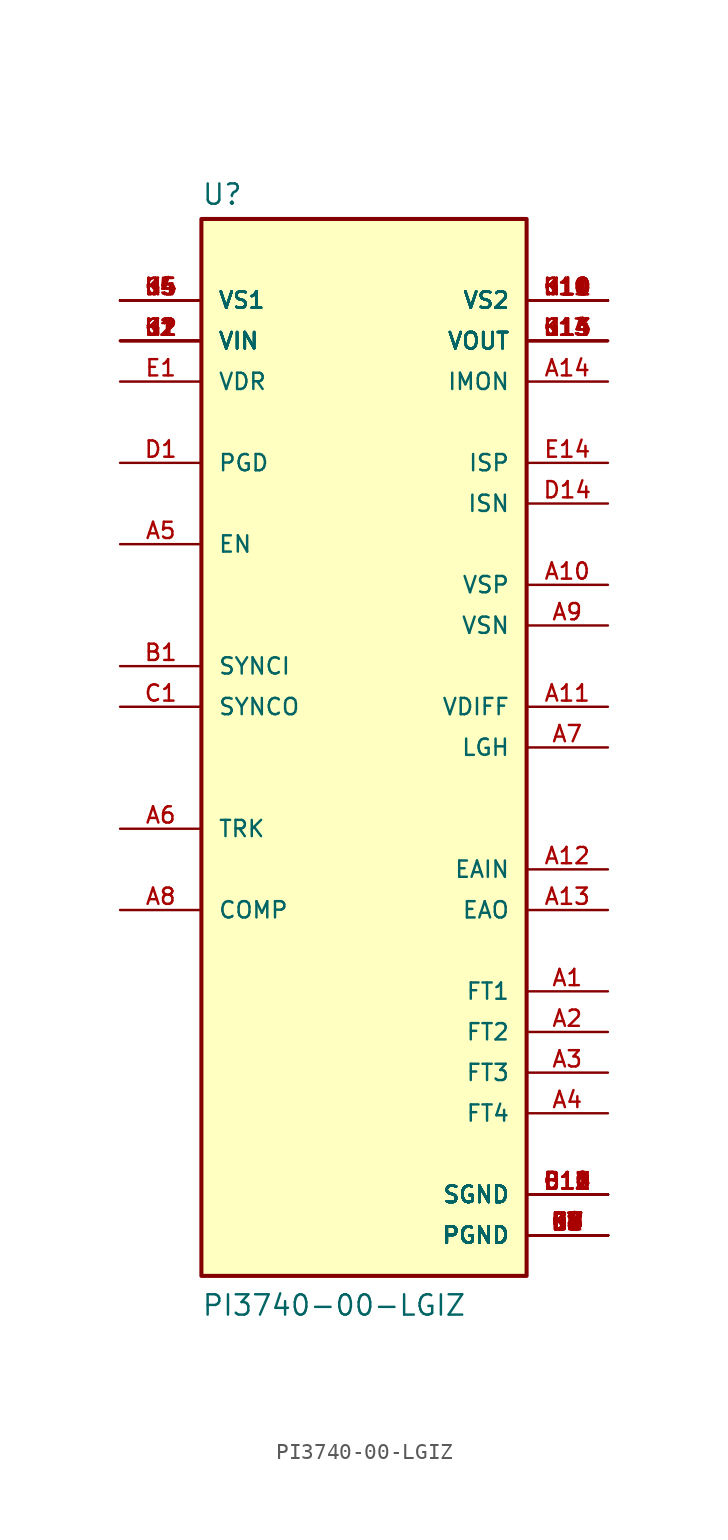
<source format=kicad_sym>
(kicad_symbol_lib
  (version 20211014)
  (generator kicad_symbol_editor)
  (symbol "PI3740-00-LGIZ"
    (pin_names
      (offset 1.016))
    (property "Reference" "U"
      (at -10.168 33.809 0)
      (effects (font (size 1.27 1.27)) (justify bottom left)))
    (property "Value" "PI3740-00-LGIZ"
      (at -10.172 -35.603 0)
      (effects (font (size 1.27 1.27)) (justify bottom left)))
    (symbol "PI3740-00-LGIZ_0_0"
      (rectangle (start -10.16 -33.02) (end 10.16 33.02) (stroke (width 0.254)) (fill (type background)))
      (pin input line (at -15.24 25.4 0) (length 5.08) (name "VIN" (effects (font (size 1.016 1.016)))) (number "G1" (effects (font (size 1.016 1.016)))))
      (pin input line (at -15.24 25.4 0) (length 5.08) (name "VIN" (effects (font (size 1.016 1.016)))) (number "G2" (effects (font (size 1.016 1.016)))))
      (pin input line (at -15.24 25.4 0) (length 5.08) (name "VIN" (effects (font (size 1.016 1.016)))) (number "H1" (effects (font (size 1.016 1.016)))))
      (pin input line (at -15.24 25.4 0) (length 5.08) (name "VIN" (effects (font (size 1.016 1.016)))) (number "H2" (effects (font (size 1.016 1.016)))))
      (pin input line (at -15.24 25.4 0) (length 5.08) (name "VIN" (effects (font (size 1.016 1.016)))) (number "J1" (effects (font (size 1.016 1.016)))))
      (pin input line (at -15.24 25.4 0) (length 5.08) (name "VIN" (effects (font (size 1.016 1.016)))) (number "J2" (effects (font (size 1.016 1.016)))))
      (pin input line (at -15.24 25.4 0) (length 5.08) (name "VIN" (effects (font (size 1.016 1.016)))) (number "K1" (effects (font (size 1.016 1.016)))))
      (pin input line (at -15.24 25.4 0) (length 5.08) (name "VIN" (effects (font (size 1.016 1.016)))) (number "K2" (effects (font (size 1.016 1.016)))))
      (pin input line (at -15.24 27.94 0) (length 5.08) (name "VS1" (effects (font (size 1.016 1.016)))) (number "G4" (effects (font (size 1.016 1.016)))))
      (pin input line (at -15.24 27.94 0) (length 5.08) (name "VS1" (effects (font (size 1.016 1.016)))) (number "G5" (effects (font (size 1.016 1.016)))))
      (pin input line (at -15.24 27.94 0) (length 5.08) (name "VS1" (effects (font (size 1.016 1.016)))) (number "H4" (effects (font (size 1.016 1.016)))))
      (pin input line (at -15.24 27.94 0) (length 5.08) (name "VS1" (effects (font (size 1.016 1.016)))) (number "H5" (effects (font (size 1.016 1.016)))))
      (pin input line (at -15.24 27.94 0) (length 5.08) (name "VS1" (effects (font (size 1.016 1.016)))) (number "J4" (effects (font (size 1.016 1.016)))))
      (pin input line (at -15.24 27.94 0) (length 5.08) (name "VS1" (effects (font (size 1.016 1.016)))) (number "J5" (effects (font (size 1.016 1.016)))))
      (pin input line (at -15.24 27.94 0) (length 5.08) (name "VS1" (effects (font (size 1.016 1.016)))) (number "K4" (effects (font (size 1.016 1.016)))))
      (pin input line (at -15.24 27.94 0) (length 5.08) (name "VS1" (effects (font (size 1.016 1.016)))) (number "K5" (effects (font (size 1.016 1.016)))))
      (pin power_in line (at 15.24 27.94 180.0) (length 5.08) (name "VS2" (effects (font (size 1.016 1.016)))) (number "G10" (effects (font (size 1.016 1.016)))))
      (pin power_in line (at 15.24 27.94 180.0) (length 5.08) (name "VS2" (effects (font (size 1.016 1.016)))) (number "G11" (effects (font (size 1.016 1.016)))))
      (pin power_in line (at 15.24 27.94 180.0) (length 5.08) (name "VS2" (effects (font (size 1.016 1.016)))) (number "H10" (effects (font (size 1.016 1.016)))))
      (pin power_in line (at 15.24 27.94 180.0) (length 5.08) (name "VS2" (effects (font (size 1.016 1.016)))) (number "H11" (effects (font (size 1.016 1.016)))))
      (pin power_in line (at 15.24 27.94 180.0) (length 5.08) (name "VS2" (effects (font (size 1.016 1.016)))) (number "J10" (effects (font (size 1.016 1.016)))))
      (pin power_in line (at 15.24 27.94 180.0) (length 5.08) (name "VS2" (effects (font (size 1.016 1.016)))) (number "J11" (effects (font (size 1.016 1.016)))))
      (pin power_in line (at 15.24 27.94 180.0) (length 5.08) (name "VS2" (effects (font (size 1.016 1.016)))) (number "K10" (effects (font (size 1.016 1.016)))))
      (pin power_in line (at 15.24 27.94 180.0) (length 5.08) (name "VS2" (effects (font (size 1.016 1.016)))) (number "K11" (effects (font (size 1.016 1.016)))))
      (pin output line (at 15.24 25.4 180.0) (length 5.08) (name "VOUT" (effects (font (size 1.016 1.016)))) (number "G13" (effects (font (size 1.016 1.016)))))
      (pin output line (at 15.24 25.4 180.0) (length 5.08) (name "VOUT" (effects (font (size 1.016 1.016)))) (number "G14" (effects (font (size 1.016 1.016)))))
      (pin output line (at 15.24 25.4 180.0) (length 5.08) (name "VOUT" (effects (font (size 1.016 1.016)))) (number "H13" (effects (font (size 1.016 1.016)))))
      (pin output line (at 15.24 25.4 180.0) (length 5.08) (name "VOUT" (effects (font (size 1.016 1.016)))) (number "H14" (effects (font (size 1.016 1.016)))))
      (pin output line (at 15.24 25.4 180.0) (length 5.08) (name "VOUT" (effects (font (size 1.016 1.016)))) (number "J13" (effects (font (size 1.016 1.016)))))
      (pin output line (at 15.24 25.4 180.0) (length 5.08) (name "VOUT" (effects (font (size 1.016 1.016)))) (number "J14" (effects (font (size 1.016 1.016)))))
      (pin output line (at 15.24 25.4 180.0) (length 5.08) (name "VOUT" (effects (font (size 1.016 1.016)))) (number "K13" (effects (font (size 1.016 1.016)))))
      (pin output line (at 15.24 25.4 180.0) (length 5.08) (name "VOUT" (effects (font (size 1.016 1.016)))) (number "K14" (effects (font (size 1.016 1.016)))))
      (pin input line (at -15.24 22.86 0) (length 5.08) (name "VDR" (effects (font (size 1.016 1.016)))) (number "E1" (effects (font (size 1.016 1.016)))))
      (pin input line (at -15.24 17.78 0) (length 5.08) (name "PGD" (effects (font (size 1.016 1.016)))) (number "D1" (effects (font (size 1.016 1.016)))))
      (pin output line (at -15.24 2.54 0) (length 5.08) (name "SYNCO" (effects (font (size 1.016 1.016)))) (number "C1" (effects (font (size 1.016 1.016)))))
      (pin input line (at -15.24 5.08 0) (length 5.08) (name "SYNCI" (effects (font (size 1.016 1.016)))) (number "B1" (effects (font (size 1.016 1.016)))))
      (pin input line (at -15.24 12.7 0) (length 5.08) (name "EN" (effects (font (size 1.016 1.016)))) (number "A5" (effects (font (size 1.016 1.016)))))
      (pin input line (at -15.24 -5.08 0) (length 5.08) (name "TRK" (effects (font (size 1.016 1.016)))) (number "A6" (effects (font (size 1.016 1.016)))))
      (pin input line (at 15.24 0.0 180.0) (length 5.08) (name "LGH" (effects (font (size 1.016 1.016)))) (number "A7" (effects (font (size 1.016 1.016)))))
      (pin passive line (at -15.24 -10.16 0) (length 5.08) (name "COMP" (effects (font (size 1.016 1.016)))) (number "A8" (effects (font (size 1.016 1.016)))))
      (pin input line (at 15.24 7.62 180.0) (length 5.08) (name "VSN" (effects (font (size 1.016 1.016)))) (number "A9" (effects (font (size 1.016 1.016)))))
      (pin input line (at 15.24 10.16 180.0) (length 5.08) (name "VSP" (effects (font (size 1.016 1.016)))) (number "A10" (effects (font (size 1.016 1.016)))))
      (pin output line (at 15.24 2.54 180.0) (length 5.08) (name "VDIFF" (effects (font (size 1.016 1.016)))) (number "A11" (effects (font (size 1.016 1.016)))))
      (pin input line (at 15.24 -7.62 180.0) (length 5.08) (name "EAIN" (effects (font (size 1.016 1.016)))) (number "A12" (effects (font (size 1.016 1.016)))))
      (pin output line (at 15.24 -10.16 180.0) (length 5.08) (name "EAO" (effects (font (size 1.016 1.016)))) (number "A13" (effects (font (size 1.016 1.016)))))
      (pin output line (at 15.24 22.86 180.0) (length 5.08) (name "IMON" (effects (font (size 1.016 1.016)))) (number "A14" (effects (font (size 1.016 1.016)))))
      (pin input line (at 15.24 15.24 180.0) (length 5.08) (name "ISN" (effects (font (size 1.016 1.016)))) (number "D14" (effects (font (size 1.016 1.016)))))
      (pin input line (at 15.24 17.78 180.0) (length 5.08) (name "ISP" (effects (font (size 1.016 1.016)))) (number "E14" (effects (font (size 1.016 1.016)))))
      (pin power_in line (at 15.24 -27.94 180.0) (length 5.08) (name "SGND" (effects (font (size 1.016 1.016)))) (number "B10" (effects (font (size 1.016 1.016)))))
      (pin power_in line (at 15.24 -27.94 180.0) (length 5.08) (name "SGND" (effects (font (size 1.016 1.016)))) (number "B11" (effects (font (size 1.016 1.016)))))
      (pin power_in line (at 15.24 -27.94 180.0) (length 5.08) (name "SGND" (effects (font (size 1.016 1.016)))) (number "B12" (effects (font (size 1.016 1.016)))))
      (pin power_in line (at 15.24 -27.94 180.0) (length 5.08) (name "SGND" (effects (font (size 1.016 1.016)))) (number "B13" (effects (font (size 1.016 1.016)))))
      (pin power_in line (at 15.24 -27.94 180.0) (length 5.08) (name "SGND" (effects (font (size 1.016 1.016)))) (number "B14" (effects (font (size 1.016 1.016)))))
      (pin power_in line (at 15.24 -27.94 180.0) (length 5.08) (name "SGND" (effects (font (size 1.016 1.016)))) (number "C10" (effects (font (size 1.016 1.016)))))
      (pin power_in line (at 15.24 -27.94 180.0) (length 5.08) (name "SGND" (effects (font (size 1.016 1.016)))) (number "C11" (effects (font (size 1.016 1.016)))))
      (pin power_in line (at 15.24 -27.94 180.0) (length 5.08) (name "SGND" (effects (font (size 1.016 1.016)))) (number "C12" (effects (font (size 1.016 1.016)))))
      (pin power_in line (at 15.24 -27.94 180.0) (length 5.08) (name "SGND" (effects (font (size 1.016 1.016)))) (number "D10" (effects (font (size 1.016 1.016)))))
      (pin power_in line (at 15.24 -27.94 180.0) (length 5.08) (name "SGND" (effects (font (size 1.016 1.016)))) (number "D11" (effects (font (size 1.016 1.016)))))
      (pin power_in line (at 15.24 -27.94 180.0) (length 5.08) (name "SGND" (effects (font (size 1.016 1.016)))) (number "D12" (effects (font (size 1.016 1.016)))))
      (pin power_in line (at 15.24 -27.94 180.0) (length 5.08) (name "SGND" (effects (font (size 1.016 1.016)))) (number "E10" (effects (font (size 1.016 1.016)))))
      (pin power_in line (at 15.24 -27.94 180.0) (length 5.08) (name "SGND" (effects (font (size 1.016 1.016)))) (number "E11" (effects (font (size 1.016 1.016)))))
      (pin power_in line (at 15.24 -27.94 180.0) (length 5.08) (name "SGND" (effects (font (size 1.016 1.016)))) (number "E12" (effects (font (size 1.016 1.016)))))
      (pin power_in line (at 15.24 -30.48 180.0) (length 5.08) (name "PGND" (effects (font (size 1.016 1.016)))) (number "B2" (effects (font (size 1.016 1.016)))))
      (pin power_in line (at 15.24 -30.48 180.0) (length 5.08) (name "PGND" (effects (font (size 1.016 1.016)))) (number "B3" (effects (font (size 1.016 1.016)))))
      (pin power_in line (at 15.24 -30.48 180.0) (length 5.08) (name "PGND" (effects (font (size 1.016 1.016)))) (number "B4" (effects (font (size 1.016 1.016)))))
      (pin power_in line (at 15.24 -30.48 180.0) (length 5.08) (name "PGND" (effects (font (size 1.016 1.016)))) (number "B5" (effects (font (size 1.016 1.016)))))
      (pin power_in line (at 15.24 -30.48 180.0) (length 5.08) (name "PGND" (effects (font (size 1.016 1.016)))) (number "B6" (effects (font (size 1.016 1.016)))))
      (pin power_in line (at 15.24 -30.48 180.0) (length 5.08) (name "PGND" (effects (font (size 1.016 1.016)))) (number "B7" (effects (font (size 1.016 1.016)))))
      (pin power_in line (at 15.24 -30.48 180.0) (length 5.08) (name "PGND" (effects (font (size 1.016 1.016)))) (number "B8" (effects (font (size 1.016 1.016)))))
      (pin power_in line (at 15.24 -30.48 180.0) (length 5.08) (name "PGND" (effects (font (size 1.016 1.016)))) (number "B9" (effects (font (size 1.016 1.016)))))
      (pin power_in line (at 15.24 -30.48 180.0) (length 5.08) (name "PGND" (effects (font (size 1.016 1.016)))) (number "C2" (effects (font (size 1.016 1.016)))))
      (pin power_in line (at 15.24 -30.48 180.0) (length 5.08) (name "PGND" (effects (font (size 1.016 1.016)))) (number "C3" (effects (font (size 1.016 1.016)))))
      (pin power_in line (at 15.24 -30.48 180.0) (length 5.08) (name "PGND" (effects (font (size 1.016 1.016)))) (number "C4" (effects (font (size 1.016 1.016)))))
      (pin power_in line (at 15.24 -30.48 180.0) (length 5.08) (name "PGND" (effects (font (size 1.016 1.016)))) (number "C5" (effects (font (size 1.016 1.016)))))
      (pin power_in line (at 15.24 -30.48 180.0) (length 5.08) (name "PGND" (effects (font (size 1.016 1.016)))) (number "C6" (effects (font (size 1.016 1.016)))))
      (pin power_in line (at 15.24 -30.48 180.0) (length 5.08) (name "PGND" (effects (font (size 1.016 1.016)))) (number "C7" (effects (font (size 1.016 1.016)))))
      (pin power_in line (at 15.24 -30.48 180.0) (length 5.08) (name "PGND" (effects (font (size 1.016 1.016)))) (number "C8" (effects (font (size 1.016 1.016)))))
      (pin power_in line (at 15.24 -30.48 180.0) (length 5.08) (name "PGND" (effects (font (size 1.016 1.016)))) (number "C9" (effects (font (size 1.016 1.016)))))
      (pin power_in line (at 15.24 -30.48 180.0) (length 5.08) (name "PGND" (effects (font (size 1.016 1.016)))) (number "D2" (effects (font (size 1.016 1.016)))))
      (pin power_in line (at 15.24 -30.48 180.0) (length 5.08) (name "PGND" (effects (font (size 1.016 1.016)))) (number "D3" (effects (font (size 1.016 1.016)))))
      (pin power_in line (at 15.24 -30.48 180.0) (length 5.08) (name "PGND" (effects (font (size 1.016 1.016)))) (number "D4" (effects (font (size 1.016 1.016)))))
      (pin power_in line (at 15.24 -30.48 180.0) (length 5.08) (name "PGND" (effects (font (size 1.016 1.016)))) (number "D5" (effects (font (size 1.016 1.016)))))
      (pin power_in line (at 15.24 -30.48 180.0) (length 5.08) (name "PGND" (effects (font (size 1.016 1.016)))) (number "D6" (effects (font (size 1.016 1.016)))))
      (pin power_in line (at 15.24 -30.48 180.0) (length 5.08) (name "PGND" (effects (font (size 1.016 1.016)))) (number "D7" (effects (font (size 1.016 1.016)))))
      (pin power_in line (at 15.24 -30.48 180.0) (length 5.08) (name "PGND" (effects (font (size 1.016 1.016)))) (number "D8" (effects (font (size 1.016 1.016)))))
      (pin power_in line (at 15.24 -30.48 180.0) (length 5.08) (name "PGND" (effects (font (size 1.016 1.016)))) (number "D9" (effects (font (size 1.016 1.016)))))
      (pin power_in line (at 15.24 -30.48 180.0) (length 5.08) (name "PGND" (effects (font (size 1.016 1.016)))) (number "E2" (effects (font (size 1.016 1.016)))))
      (pin power_in line (at 15.24 -30.48 180.0) (length 5.08) (name "PGND" (effects (font (size 1.016 1.016)))) (number "E3" (effects (font (size 1.016 1.016)))))
      (pin power_in line (at 15.24 -30.48 180.0) (length 5.08) (name "PGND" (effects (font (size 1.016 1.016)))) (number "E4" (effects (font (size 1.016 1.016)))))
      (pin power_in line (at 15.24 -30.48 180.0) (length 5.08) (name "PGND" (effects (font (size 1.016 1.016)))) (number "E5" (effects (font (size 1.016 1.016)))))
      (pin power_in line (at 15.24 -30.48 180.0) (length 5.08) (name "PGND" (effects (font (size 1.016 1.016)))) (number "E6" (effects (font (size 1.016 1.016)))))
      (pin power_in line (at 15.24 -30.48 180.0) (length 5.08) (name "PGND" (effects (font (size 1.016 1.016)))) (number "E7" (effects (font (size 1.016 1.016)))))
      (pin power_in line (at 15.24 -30.48 180.0) (length 5.08) (name "PGND" (effects (font (size 1.016 1.016)))) (number "E8" (effects (font (size 1.016 1.016)))))
      (pin power_in line (at 15.24 -30.48 180.0) (length 5.08) (name "PGND" (effects (font (size 1.016 1.016)))) (number "E9" (effects (font (size 1.016 1.016)))))
      (pin power_in line (at 15.24 -30.48 180.0) (length 5.08) (name "PGND" (effects (font (size 1.016 1.016)))) (number "F7" (effects (font (size 1.016 1.016)))))
      (pin power_in line (at 15.24 -30.48 180.0) (length 5.08) (name "PGND" (effects (font (size 1.016 1.016)))) (number "F8" (effects (font (size 1.016 1.016)))))
      (pin power_in line (at 15.24 -30.48 180.0) (length 5.08) (name "PGND" (effects (font (size 1.016 1.016)))) (number "G7" (effects (font (size 1.016 1.016)))))
      (pin power_in line (at 15.24 -30.48 180.0) (length 5.08) (name "PGND" (effects (font (size 1.016 1.016)))) (number "G8" (effects (font (size 1.016 1.016)))))
      (pin power_in line (at 15.24 -30.48 180.0) (length 5.08) (name "PGND" (effects (font (size 1.016 1.016)))) (number "H7" (effects (font (size 1.016 1.016)))))
      (pin power_in line (at 15.24 -30.48 180.0) (length 5.08) (name "PGND" (effects (font (size 1.016 1.016)))) (number "H8" (effects (font (size 1.016 1.016)))))
      (pin power_in line (at 15.24 -30.48 180.0) (length 5.08) (name "PGND" (effects (font (size 1.016 1.016)))) (number "J7" (effects (font (size 1.016 1.016)))))
      (pin power_in line (at 15.24 -30.48 180.0) (length 5.08) (name "PGND" (effects (font (size 1.016 1.016)))) (number "J8" (effects (font (size 1.016 1.016)))))
      (pin power_in line (at 15.24 -30.48 180.0) (length 5.08) (name "PGND" (effects (font (size 1.016 1.016)))) (number "K7" (effects (font (size 1.016 1.016)))))
      (pin power_in line (at 15.24 -30.48 180.0) (length 5.08) (name "PGND" (effects (font (size 1.016 1.016)))) (number "K8" (effects (font (size 1.016 1.016)))))
      (pin passive line (at 15.24 -15.24 180.0) (length 5.08) (name "FT1" (effects (font (size 1.016 1.016)))) (number "A1" (effects (font (size 1.016 1.016)))))
      (pin passive line (at 15.24 -17.78 180.0) (length 5.08) (name "FT2" (effects (font (size 1.016 1.016)))) (number "A2" (effects (font (size 1.016 1.016)))))
      (pin passive line (at 15.24 -20.32 180.0) (length 5.08) (name "FT3" (effects (font (size 1.016 1.016)))) (number "A3" (effects (font (size 1.016 1.016)))))
      (pin passive line (at 15.24 -22.86 180.0) (length 5.08) (name "FT4" (effects (font (size 1.016 1.016)))) (number "A4" (effects (font (size 1.016 1.016))))))))
</source>
